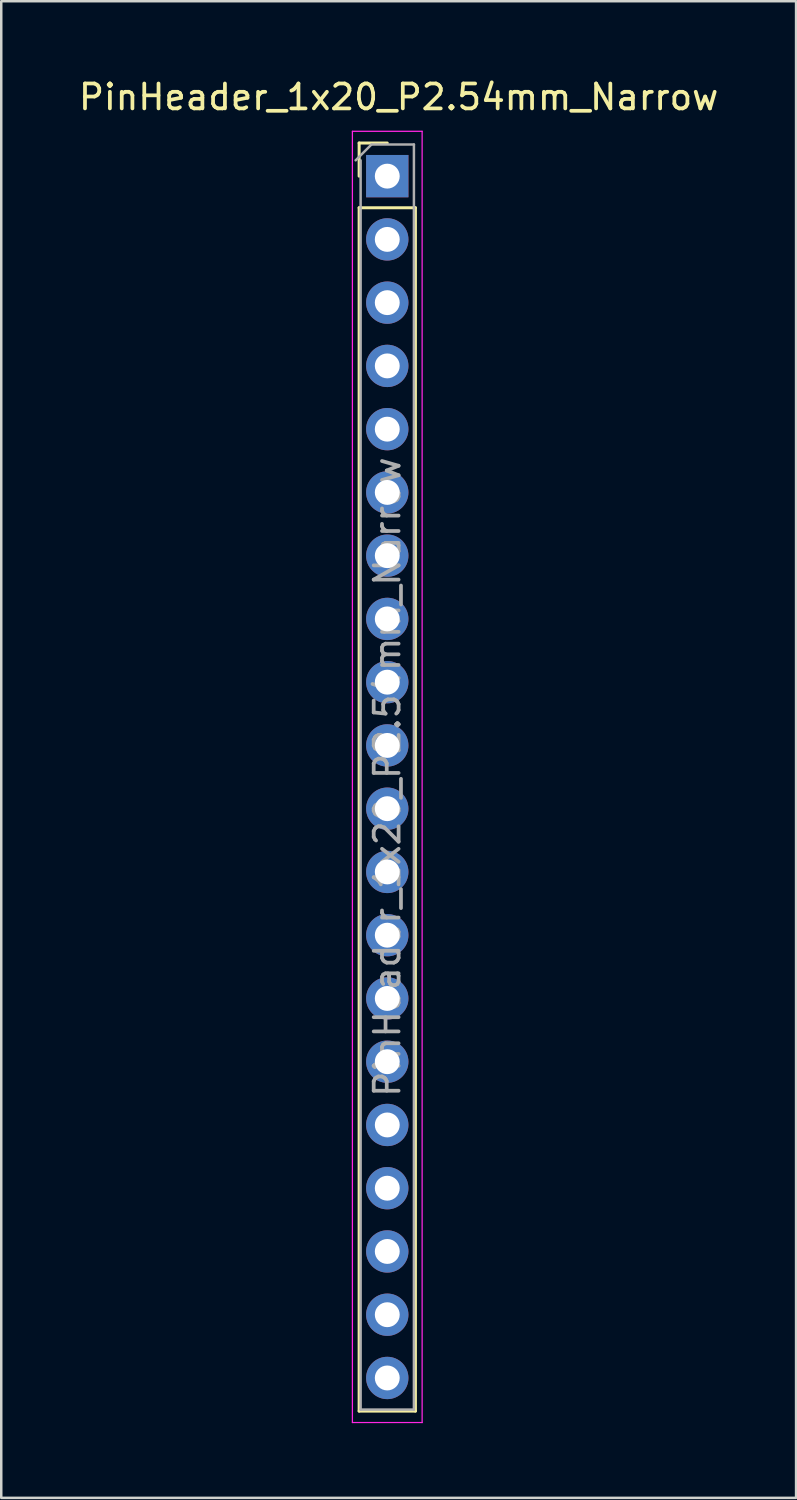
<source format=kicad_pcb>
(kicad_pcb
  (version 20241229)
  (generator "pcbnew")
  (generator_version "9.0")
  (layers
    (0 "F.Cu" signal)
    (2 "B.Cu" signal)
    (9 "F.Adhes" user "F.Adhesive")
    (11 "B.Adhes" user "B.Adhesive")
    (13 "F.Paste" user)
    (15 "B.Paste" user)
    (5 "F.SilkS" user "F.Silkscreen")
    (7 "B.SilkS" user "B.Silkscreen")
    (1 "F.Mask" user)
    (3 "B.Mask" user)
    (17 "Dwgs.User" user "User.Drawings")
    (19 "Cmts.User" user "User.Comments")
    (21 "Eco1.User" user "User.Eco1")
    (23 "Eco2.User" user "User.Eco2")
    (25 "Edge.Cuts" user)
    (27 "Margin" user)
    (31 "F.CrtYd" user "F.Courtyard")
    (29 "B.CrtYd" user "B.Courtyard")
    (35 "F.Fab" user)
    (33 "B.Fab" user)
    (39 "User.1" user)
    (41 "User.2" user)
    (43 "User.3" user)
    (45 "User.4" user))
  (footprint "PinHeader_1x20_P2.54mm_Narrow"
    (layer "F.Cu")
    (at 12.501 4.023)
    (property "Reference" "PinHeader_1x20_P2.54mm_Narrow" (at 0.457 -3.175 0) (layer "F.SilkS") (effects (font (size 1 1) (thickness 0.15))))
    (attr through_hole)
    (fp_line (start -1.13 -1.33) (end 0 -1.33) (stroke (width 0.12) (type solid)) (layer "F.SilkS"))
    (fp_line (start -1.13 0) (end -1.13 -1.33) (stroke (width 0.12) (type solid)) (layer "F.SilkS"))
    (fp_line (start -1.13 1.27) (end -1.13 49.59) (stroke (width 0.12) (type solid)) (layer "F.SilkS"))
    (fp_line (start -1.13 1.27) (end 1.13 1.27) (stroke (width 0.12) (type solid)) (layer "F.SilkS"))
    (fp_line (start -1.13 49.59) (end 1.13 49.59) (stroke (width 0.12) (type solid)) (layer "F.SilkS"))
    (fp_line (start 1.13 1.27) (end 1.13 49.59) (stroke (width 0.12) (type solid)) (layer "F.SilkS"))
    (fp_line (start -1.4 -1.8) (end -1.4 50.05) (stroke (width 0.05) (type solid)) (layer "F.CrtYd"))
    (fp_line (start -1.4 50.05) (end 1.4 50.05) (stroke (width 0.05) (type solid)) (layer "F.CrtYd"))
    (fp_line (start 1.4 -1.8) (end -1.4 -1.8) (stroke (width 0.05) (type solid)) (layer "F.CrtYd"))
    (fp_line (start 1.4 50.05) (end 1.4 -1.8) (stroke (width 0.05) (type solid)) (layer "F.CrtYd"))
    (fp_line (start -1.27 -0.635) (end -0.635 -1.27) (stroke (width 0.1) (type solid)) (layer "F.Fab"))
    (fp_line (start -1.07 49.53) (end -1.07 -0.635) (stroke (width 0.1) (type solid)) (layer "F.Fab"))
    (fp_line (start -0.635 -1.27) (end 1.07 -1.27) (stroke (width 0.1) (type solid)) (layer "F.Fab"))
    (fp_line (start 1.07 -1.27) (end 1.07 49.53) (stroke (width 0.1) (type solid)) (layer "F.Fab"))
    (fp_line (start 1.07 49.53) (end -1.07 49.53) (stroke (width 0.1) (type solid)) (layer "F.Fab"))
    (fp_text user "${REFERENCE}" (at 0 24.13 90) (layer "F.Fab") (effects (font (size 1 1) (thickness 0.15))))
    (pad "1" thru_hole rect (at 0 0) (size 1.7 1.7) (drill 1) (layers "*.Cu" "*.Mask"))
    (pad "2" thru_hole oval (at 0 2.54) (size 1.7 1.7) (drill 1) (layers "*.Cu" "*.Mask"))
    (pad "3" thru_hole oval (at 0 5.08) (size 1.7 1.7) (drill 1) (layers "*.Cu" "*.Mask"))
    (pad "4" thru_hole oval (at 0 7.62) (size 1.7 1.7) (drill 1) (layers "*.Cu" "*.Mask"))
    (pad "5" thru_hole oval (at 0 10.16) (size 1.7 1.7) (drill 1) (layers "*.Cu" "*.Mask"))
    (pad "6" thru_hole oval (at 0 12.7) (size 1.7 1.7) (drill 1) (layers "*.Cu" "*.Mask"))
    (pad "7" thru_hole oval (at 0 15.24) (size 1.7 1.7) (drill 1) (layers "*.Cu" "*.Mask"))
    (pad "8" thru_hole oval (at 0 17.78) (size 1.7 1.7) (drill 1) (layers "*.Cu" "*.Mask"))
    (pad "9" thru_hole oval (at 0 20.32) (size 1.7 1.7) (drill 1) (layers "*.Cu" "*.Mask"))
    (pad "10" thru_hole oval (at 0 22.86) (size 1.7 1.7) (drill 1) (layers "*.Cu" "*.Mask"))
    (pad "11" thru_hole oval (at 0 25.4) (size 1.7 1.7) (drill 1) (layers "*.Cu" "*.Mask"))
    (pad "12" thru_hole oval (at 0 27.94) (size 1.7 1.7) (drill 1) (layers "*.Cu" "*.Mask"))
    (pad "13" thru_hole oval (at 0 30.48) (size 1.7 1.7) (drill 1) (layers "*.Cu" "*.Mask"))
    (pad "14" thru_hole oval (at 0 33.02) (size 1.7 1.7) (drill 1) (layers "*.Cu" "*.Mask"))
    (pad "15" thru_hole oval (at 0 35.56) (size 1.7 1.7) (drill 1) (layers "*.Cu" "*.Mask"))
    (pad "16" thru_hole oval (at 0 38.1) (size 1.7 1.7) (drill 1) (layers "*.Cu" "*.Mask"))
    (pad "17" thru_hole oval (at 0 40.64) (size 1.7 1.7) (drill 1) (layers "*.Cu" "*.Mask"))
    (pad "18" thru_hole oval (at 0 43.18) (size 1.7 1.7) (drill 1) (layers "*.Cu" "*.Mask"))
    (pad "19" thru_hole oval (at 0 45.72) (size 1.7 1.7) (drill 1) (layers "*.Cu" "*.Mask"))
    (pad "20" thru_hole oval (at 0 48.26) (size 1.7 1.7) (drill 1) (layers "*.Cu" "*.Mask")))
  (gr_rect
    (start -3 -3)
    (end 28.917 57.098)
    (stroke (width 0.1) (type default))
    (fill no)
    (layer "Edge.Cuts")))
</source>
